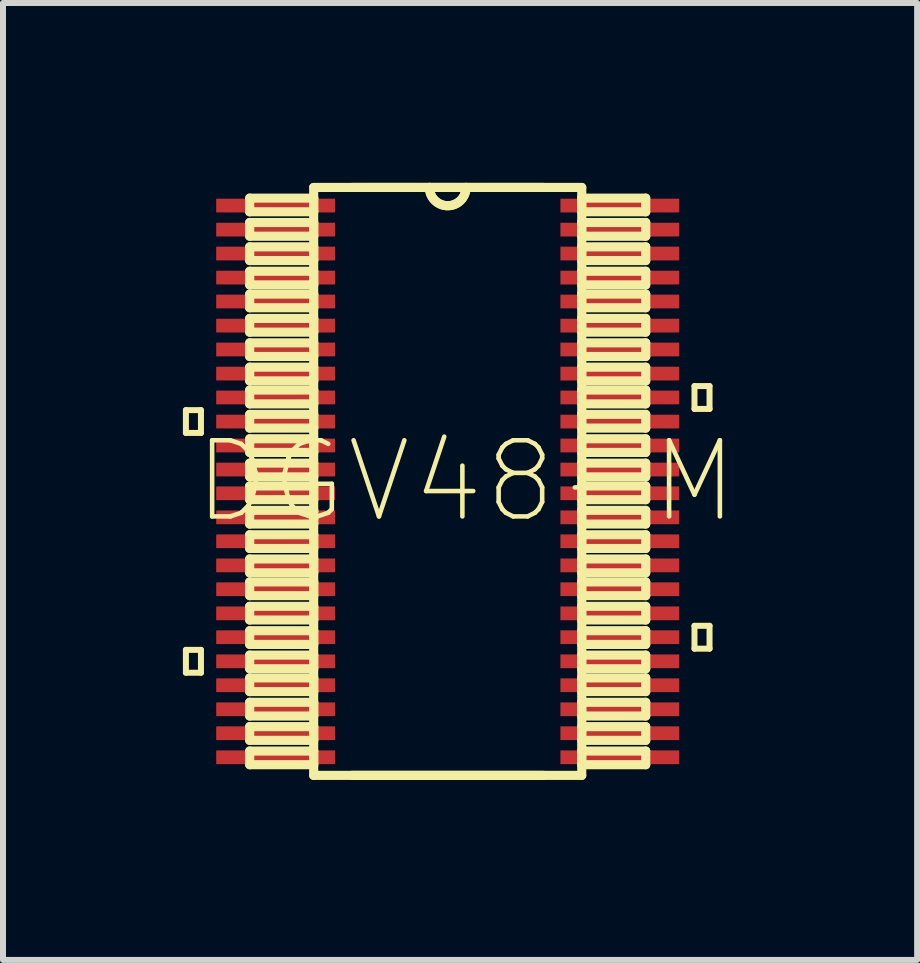
<source format=kicad_pcb>
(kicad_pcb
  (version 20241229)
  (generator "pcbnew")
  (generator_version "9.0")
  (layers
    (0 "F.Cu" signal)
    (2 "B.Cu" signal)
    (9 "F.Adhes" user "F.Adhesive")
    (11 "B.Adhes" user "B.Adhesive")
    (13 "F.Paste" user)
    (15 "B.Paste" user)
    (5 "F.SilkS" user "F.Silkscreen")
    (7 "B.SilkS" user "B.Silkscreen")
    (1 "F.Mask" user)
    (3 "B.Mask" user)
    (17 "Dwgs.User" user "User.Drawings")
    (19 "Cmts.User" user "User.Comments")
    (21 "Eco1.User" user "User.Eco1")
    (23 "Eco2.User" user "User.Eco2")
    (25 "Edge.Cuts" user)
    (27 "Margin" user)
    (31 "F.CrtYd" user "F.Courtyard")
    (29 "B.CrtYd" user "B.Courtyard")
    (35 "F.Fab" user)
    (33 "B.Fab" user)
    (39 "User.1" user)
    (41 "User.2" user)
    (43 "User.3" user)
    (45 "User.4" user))
  (footprint "DGV48-M"
    (layer "F.Cu")
    (at 4.416 4.978)
    (property "Reference" "DGV48-M" (at 0.305 0 0) (layer "F.SilkS") (effects (font (size 1.27 1.27) (thickness 0.076))))
    (attr smd)
    (fp_line (start -4.366 -1.189) (end -4.366 -0.808) (stroke (width 0.1) (type solid)) (layer "F.SilkS"))
    (fp_line (start -4.366 -0.808) (end -4.115 -0.808) (stroke (width 0.1) (type solid)) (layer "F.SilkS"))
    (fp_line (start -4.366 2.809) (end -4.366 3.19) (stroke (width 0.1) (type solid)) (layer "F.SilkS"))
    (fp_line (start -4.366 3.19) (end -4.115 3.19) (stroke (width 0.1) (type solid)) (layer "F.SilkS"))
    (fp_line (start -4.115 -1.189) (end -4.366 -1.189) (stroke (width 0.1) (type solid)) (layer "F.SilkS"))
    (fp_line (start -4.115 -0.808) (end -4.115 -1.189) (stroke (width 0.1) (type solid)) (layer "F.SilkS"))
    (fp_line (start -4.115 2.809) (end -4.366 2.809) (stroke (width 0.1) (type solid)) (layer "F.SilkS"))
    (fp_line (start -4.115 3.19) (end -4.115 2.809) (stroke (width 0.1) (type solid)) (layer "F.SilkS"))
    (fp_line (start -3.302 -4.724) (end -3.302 -4.496) (stroke (width 0.152) (type solid)) (layer "F.SilkS"))
    (fp_line (start -3.302 -4.496) (end -2.235 -4.496) (stroke (width 0.152) (type solid)) (layer "F.SilkS"))
    (fp_line (start -3.302 -4.318) (end -3.302 -4.089) (stroke (width 0.152) (type solid)) (layer "F.SilkS"))
    (fp_line (start -3.302 -4.089) (end -2.235 -4.089) (stroke (width 0.152) (type solid)) (layer "F.SilkS"))
    (fp_line (start -3.302 -3.912) (end -3.302 -3.683) (stroke (width 0.152) (type solid)) (layer "F.SilkS"))
    (fp_line (start -3.302 -3.683) (end -2.235 -3.683) (stroke (width 0.152) (type solid)) (layer "F.SilkS"))
    (fp_line (start -3.302 -3.505) (end -3.302 -3.277) (stroke (width 0.152) (type solid)) (layer "F.SilkS"))
    (fp_line (start -3.302 -3.277) (end -2.235 -3.277) (stroke (width 0.152) (type solid)) (layer "F.SilkS"))
    (fp_line (start -3.302 -3.124) (end -3.302 -2.896) (stroke (width 0.152) (type solid)) (layer "F.SilkS"))
    (fp_line (start -3.302 -2.896) (end -2.235 -2.896) (stroke (width 0.152) (type solid)) (layer "F.SilkS"))
    (fp_line (start -3.302 -2.718) (end -3.302 -2.489) (stroke (width 0.152) (type solid)) (layer "F.SilkS"))
    (fp_line (start -3.302 -2.489) (end -2.235 -2.489) (stroke (width 0.152) (type solid)) (layer "F.SilkS"))
    (fp_line (start -3.302 -2.311) (end -3.302 -2.083) (stroke (width 0.152) (type solid)) (layer "F.SilkS"))
    (fp_line (start -3.302 -2.083) (end -2.235 -2.083) (stroke (width 0.152) (type solid)) (layer "F.SilkS"))
    (fp_line (start -3.302 -1.905) (end -3.302 -1.676) (stroke (width 0.152) (type solid)) (layer "F.SilkS"))
    (fp_line (start -3.302 -1.676) (end -2.235 -1.676) (stroke (width 0.152) (type solid)) (layer "F.SilkS"))
    (fp_line (start -3.302 -1.524) (end -3.302 -1.293) (stroke (width 0.152) (type solid)) (layer "F.SilkS"))
    (fp_line (start -3.302 -1.293) (end -2.235 -1.293) (stroke (width 0.152) (type solid)) (layer "F.SilkS"))
    (fp_line (start -3.302 -1.118) (end -3.302 -0.889) (stroke (width 0.152) (type solid)) (layer "F.SilkS"))
    (fp_line (start -3.302 -0.889) (end -2.235 -0.889) (stroke (width 0.152) (type solid)) (layer "F.SilkS"))
    (fp_line (start -3.302 -0.711) (end -3.302 -0.483) (stroke (width 0.152) (type solid)) (layer "F.SilkS"))
    (fp_line (start -3.302 -0.483) (end -2.235 -0.483) (stroke (width 0.152) (type solid)) (layer "F.SilkS"))
    (fp_line (start -3.302 -0.305) (end -3.302 -0.076) (stroke (width 0.152) (type solid)) (layer "F.SilkS"))
    (fp_line (start -3.302 -0.076) (end -2.235 -0.076) (stroke (width 0.152) (type solid)) (layer "F.SilkS"))
    (fp_line (start -3.302 0.076) (end -3.302 0.305) (stroke (width 0.152) (type solid)) (layer "F.SilkS"))
    (fp_line (start -3.302 0.305) (end -2.235 0.305) (stroke (width 0.152) (type solid)) (layer "F.SilkS"))
    (fp_line (start -3.302 0.483) (end -3.302 0.711) (stroke (width 0.152) (type solid)) (layer "F.SilkS"))
    (fp_line (start -3.302 0.711) (end -2.235 0.711) (stroke (width 0.152) (type solid)) (layer "F.SilkS"))
    (fp_line (start -3.302 0.889) (end -3.302 1.118) (stroke (width 0.152) (type solid)) (layer "F.SilkS"))
    (fp_line (start -3.302 1.118) (end -2.235 1.118) (stroke (width 0.152) (type solid)) (layer "F.SilkS"))
    (fp_line (start -3.302 1.293) (end -3.302 1.524) (stroke (width 0.152) (type solid)) (layer "F.SilkS"))
    (fp_line (start -3.302 1.524) (end -2.235 1.524) (stroke (width 0.152) (type solid)) (layer "F.SilkS"))
    (fp_line (start -3.302 1.676) (end -3.302 1.905) (stroke (width 0.152) (type solid)) (layer "F.SilkS"))
    (fp_line (start -3.302 1.905) (end -2.235 1.905) (stroke (width 0.152) (type solid)) (layer "F.SilkS"))
    (fp_line (start -3.302 2.083) (end -3.302 2.311) (stroke (width 0.152) (type solid)) (layer "F.SilkS"))
    (fp_line (start -3.302 2.311) (end -2.235 2.311) (stroke (width 0.152) (type solid)) (layer "F.SilkS"))
    (fp_line (start -3.302 2.489) (end -3.302 2.718) (stroke (width 0.152) (type solid)) (layer "F.SilkS"))
    (fp_line (start -3.302 2.718) (end -2.235 2.718) (stroke (width 0.152) (type solid)) (layer "F.SilkS"))
    (fp_line (start -3.302 2.896) (end -3.302 3.124) (stroke (width 0.152) (type solid)) (layer "F.SilkS"))
    (fp_line (start -3.302 3.124) (end -2.235 3.124) (stroke (width 0.152) (type solid)) (layer "F.SilkS"))
    (fp_line (start -3.302 3.277) (end -3.302 3.505) (stroke (width 0.152) (type solid)) (layer "F.SilkS"))
    (fp_line (start -3.302 3.505) (end -2.235 3.505) (stroke (width 0.152) (type solid)) (layer "F.SilkS"))
    (fp_line (start -3.302 3.683) (end -3.302 3.912) (stroke (width 0.152) (type solid)) (layer "F.SilkS"))
    (fp_line (start -3.302 3.912) (end -2.235 3.912) (stroke (width 0.152) (type solid)) (layer "F.SilkS"))
    (fp_line (start -3.302 4.089) (end -3.302 4.318) (stroke (width 0.152) (type solid)) (layer "F.SilkS"))
    (fp_line (start -3.302 4.318) (end -2.235 4.318) (stroke (width 0.152) (type solid)) (layer "F.SilkS"))
    (fp_line (start -3.302 4.496) (end -3.302 4.724) (stroke (width 0.152) (type solid)) (layer "F.SilkS"))
    (fp_line (start -3.302 4.724) (end -2.235 4.724) (stroke (width 0.152) (type solid)) (layer "F.SilkS"))
    (fp_line (start -2.235 -4.902) (end -2.235 4.902) (stroke (width 0.152) (type solid)) (layer "F.SilkS"))
    (fp_line (start -2.235 -4.724) (end -3.302 -4.724) (stroke (width 0.152) (type solid)) (layer "F.SilkS"))
    (fp_line (start -2.235 -4.496) (end -2.235 -4.724) (stroke (width 0.152) (type solid)) (layer "F.SilkS"))
    (fp_line (start -2.235 -4.318) (end -3.302 -4.318) (stroke (width 0.152) (type solid)) (layer "F.SilkS"))
    (fp_line (start -2.235 -4.089) (end -2.235 -4.318) (stroke (width 0.152) (type solid)) (layer "F.SilkS"))
    (fp_line (start -2.235 -3.912) (end -3.302 -3.912) (stroke (width 0.152) (type solid)) (layer "F.SilkS"))
    (fp_line (start -2.235 -3.683) (end -2.235 -3.912) (stroke (width 0.152) (type solid)) (layer "F.SilkS"))
    (fp_line (start -2.235 -3.505) (end -3.302 -3.505) (stroke (width 0.152) (type solid)) (layer "F.SilkS"))
    (fp_line (start -2.235 -3.277) (end -2.235 -3.505) (stroke (width 0.152) (type solid)) (layer "F.SilkS"))
    (fp_line (start -2.235 -3.124) (end -3.302 -3.124) (stroke (width 0.152) (type solid)) (layer "F.SilkS"))
    (fp_line (start -2.235 -2.896) (end -2.235 -3.124) (stroke (width 0.152) (type solid)) (layer "F.SilkS"))
    (fp_line (start -2.235 -2.718) (end -3.302 -2.718) (stroke (width 0.152) (type solid)) (layer "F.SilkS"))
    (fp_line (start -2.235 -2.489) (end -2.235 -2.718) (stroke (width 0.152) (type solid)) (layer "F.SilkS"))
    (fp_line (start -2.235 -2.311) (end -3.302 -2.311) (stroke (width 0.152) (type solid)) (layer "F.SilkS"))
    (fp_line (start -2.235 -2.083) (end -2.235 -2.311) (stroke (width 0.152) (type solid)) (layer "F.SilkS"))
    (fp_line (start -2.235 -1.905) (end -3.302 -1.905) (stroke (width 0.152) (type solid)) (layer "F.SilkS"))
    (fp_line (start -2.235 -1.676) (end -2.235 -1.905) (stroke (width 0.152) (type solid)) (layer "F.SilkS"))
    (fp_line (start -2.235 -1.524) (end -3.302 -1.524) (stroke (width 0.152) (type solid)) (layer "F.SilkS"))
    (fp_line (start -2.235 -1.293) (end -2.235 -1.524) (stroke (width 0.152) (type solid)) (layer "F.SilkS"))
    (fp_line (start -2.235 -1.118) (end -3.302 -1.118) (stroke (width 0.152) (type solid)) (layer "F.SilkS"))
    (fp_line (start -2.235 -0.889) (end -2.235 -1.118) (stroke (width 0.152) (type solid)) (layer "F.SilkS"))
    (fp_line (start -2.235 -0.711) (end -3.302 -0.711) (stroke (width 0.152) (type solid)) (layer "F.SilkS"))
    (fp_line (start -2.235 -0.483) (end -2.235 -0.711) (stroke (width 0.152) (type solid)) (layer "F.SilkS"))
    (fp_line (start -2.235 -0.305) (end -3.302 -0.305) (stroke (width 0.152) (type solid)) (layer "F.SilkS"))
    (fp_line (start -2.235 -0.076) (end -2.235 -0.305) (stroke (width 0.152) (type solid)) (layer "F.SilkS"))
    (fp_line (start -2.235 0.076) (end -3.302 0.076) (stroke (width 0.152) (type solid)) (layer "F.SilkS"))
    (fp_line (start -2.235 0.305) (end -2.235 0.076) (stroke (width 0.152) (type solid)) (layer "F.SilkS"))
    (fp_line (start -2.235 0.483) (end -3.302 0.483) (stroke (width 0.152) (type solid)) (layer "F.SilkS"))
    (fp_line (start -2.235 0.711) (end -2.235 0.483) (stroke (width 0.152) (type solid)) (layer "F.SilkS"))
    (fp_line (start -2.235 0.889) (end -3.302 0.889) (stroke (width 0.152) (type solid)) (layer "F.SilkS"))
    (fp_line (start -2.235 1.118) (end -2.235 0.889) (stroke (width 0.152) (type solid)) (layer "F.SilkS"))
    (fp_line (start -2.235 1.293) (end -3.302 1.293) (stroke (width 0.152) (type solid)) (layer "F.SilkS"))
    (fp_line (start -2.235 1.524) (end -2.235 1.293) (stroke (width 0.152) (type solid)) (layer "F.SilkS"))
    (fp_line (start -2.235 1.676) (end -3.302 1.676) (stroke (width 0.152) (type solid)) (layer "F.SilkS"))
    (fp_line (start -2.235 1.905) (end -2.235 1.676) (stroke (width 0.152) (type solid)) (layer "F.SilkS"))
    (fp_line (start -2.235 2.083) (end -3.302 2.083) (stroke (width 0.152) (type solid)) (layer "F.SilkS"))
    (fp_line (start -2.235 2.311) (end -2.235 2.083) (stroke (width 0.152) (type solid)) (layer "F.SilkS"))
    (fp_line (start -2.235 2.489) (end -3.302 2.489) (stroke (width 0.152) (type solid)) (layer "F.SilkS"))
    (fp_line (start -2.235 2.718) (end -2.235 2.489) (stroke (width 0.152) (type solid)) (layer "F.SilkS"))
    (fp_line (start -2.235 2.896) (end -3.302 2.896) (stroke (width 0.152) (type solid)) (layer "F.SilkS"))
    (fp_line (start -2.235 3.124) (end -2.235 2.896) (stroke (width 0.152) (type solid)) (layer "F.SilkS"))
    (fp_line (start -2.235 3.277) (end -3.302 3.277) (stroke (width 0.152) (type solid)) (layer "F.SilkS"))
    (fp_line (start -2.235 3.505) (end -2.235 3.277) (stroke (width 0.152) (type solid)) (layer "F.SilkS"))
    (fp_line (start -2.235 3.683) (end -3.302 3.683) (stroke (width 0.152) (type solid)) (layer "F.SilkS"))
    (fp_line (start -2.235 3.912) (end -2.235 3.683) (stroke (width 0.152) (type solid)) (layer "F.SilkS"))
    (fp_line (start -2.235 4.089) (end -3.302 4.089) (stroke (width 0.152) (type solid)) (layer "F.SilkS"))
    (fp_line (start -2.235 4.318) (end -2.235 4.089) (stroke (width 0.152) (type solid)) (layer "F.SilkS"))
    (fp_line (start -2.235 4.496) (end -3.302 4.496) (stroke (width 0.152) (type solid)) (layer "F.SilkS"))
    (fp_line (start -2.235 4.724) (end -2.235 4.496) (stroke (width 0.152) (type solid)) (layer "F.SilkS"))
    (fp_line (start -2.235 4.902) (end 2.235 4.902) (stroke (width 0.152) (type solid)) (layer "F.SilkS"))
    (fp_line (start -1.6 4.902) (end 1.6 4.902) (stroke (width 0.152) (type solid)) (layer "F.SilkS"))
    (fp_line (start -0.305 -4.902) (end -2.235 -4.902) (stroke (width 0.152) (type solid)) (layer "F.SilkS"))
    (fp_line (start -0.305 -4.902) (end -1.6 -4.902) (stroke (width 0.152) (type solid)) (layer "F.SilkS"))
    (fp_line (start 0.305 -4.902) (end -0.305 -4.902) (stroke (width 0.152) (type solid)) (layer "F.SilkS"))
    (fp_line (start 0.305 -4.902) (end -0.305 -4.902) (stroke (width 0.152) (type solid)) (layer "F.SilkS"))
    (fp_line (start 1.6 -4.902) (end 0.305 -4.902) (stroke (width 0.152) (type solid)) (layer "F.SilkS"))
    (fp_line (start 2.235 -4.902) (end 0.305 -4.902) (stroke (width 0.152) (type solid)) (layer "F.SilkS"))
    (fp_line (start 2.235 -4.724) (end 2.235 -4.496) (stroke (width 0.152) (type solid)) (layer "F.SilkS"))
    (fp_line (start 2.235 -4.496) (end 3.302 -4.496) (stroke (width 0.152) (type solid)) (layer "F.SilkS"))
    (fp_line (start 2.235 -4.318) (end 2.235 -4.089) (stroke (width 0.152) (type solid)) (layer "F.SilkS"))
    (fp_line (start 2.235 -4.089) (end 3.302 -4.089) (stroke (width 0.152) (type solid)) (layer "F.SilkS"))
    (fp_line (start 2.235 -3.912) (end 2.235 -3.683) (stroke (width 0.152) (type solid)) (layer "F.SilkS"))
    (fp_line (start 2.235 -3.683) (end 3.302 -3.683) (stroke (width 0.152) (type solid)) (layer "F.SilkS"))
    (fp_line (start 2.235 -3.505) (end 2.235 -3.277) (stroke (width 0.152) (type solid)) (layer "F.SilkS"))
    (fp_line (start 2.235 -3.277) (end 3.302 -3.277) (stroke (width 0.152) (type solid)) (layer "F.SilkS"))
    (fp_line (start 2.235 -3.124) (end 2.235 -2.896) (stroke (width 0.152) (type solid)) (layer "F.SilkS"))
    (fp_line (start 2.235 -2.896) (end 3.302 -2.896) (stroke (width 0.152) (type solid)) (layer "F.SilkS"))
    (fp_line (start 2.235 -2.718) (end 2.235 -2.489) (stroke (width 0.152) (type solid)) (layer "F.SilkS"))
    (fp_line (start 2.235 -2.489) (end 3.302 -2.489) (stroke (width 0.152) (type solid)) (layer "F.SilkS"))
    (fp_line (start 2.235 -2.311) (end 2.235 -2.083) (stroke (width 0.152) (type solid)) (layer "F.SilkS"))
    (fp_line (start 2.235 -2.083) (end 3.302 -2.083) (stroke (width 0.152) (type solid)) (layer "F.SilkS"))
    (fp_line (start 2.235 -1.905) (end 2.235 -1.676) (stroke (width 0.152) (type solid)) (layer "F.SilkS"))
    (fp_line (start 2.235 -1.676) (end 3.302 -1.676) (stroke (width 0.152) (type solid)) (layer "F.SilkS"))
    (fp_line (start 2.235 -1.524) (end 2.235 -1.293) (stroke (width 0.152) (type solid)) (layer "F.SilkS"))
    (fp_line (start 2.235 -1.293) (end 3.302 -1.293) (stroke (width 0.152) (type solid)) (layer "F.SilkS"))
    (fp_line (start 2.235 -1.118) (end 2.235 -0.889) (stroke (width 0.152) (type solid)) (layer "F.SilkS"))
    (fp_line (start 2.235 -0.889) (end 3.302 -0.889) (stroke (width 0.152) (type solid)) (layer "F.SilkS"))
    (fp_line (start 2.235 -0.711) (end 2.235 -0.483) (stroke (width 0.152) (type solid)) (layer "F.SilkS"))
    (fp_line (start 2.235 -0.483) (end 3.302 -0.483) (stroke (width 0.152) (type solid)) (layer "F.SilkS"))
    (fp_line (start 2.235 -0.305) (end 2.235 -0.076) (stroke (width 0.152) (type solid)) (layer "F.SilkS"))
    (fp_line (start 2.235 -0.076) (end 3.302 -0.076) (stroke (width 0.152) (type solid)) (layer "F.SilkS"))
    (fp_line (start 2.235 0.076) (end 2.235 0.305) (stroke (width 0.152) (type solid)) (layer "F.SilkS"))
    (fp_line (start 2.235 0.305) (end 3.302 0.305) (stroke (width 0.152) (type solid)) (layer "F.SilkS"))
    (fp_line (start 2.235 0.483) (end 2.235 0.711) (stroke (width 0.152) (type solid)) (layer "F.SilkS"))
    (fp_line (start 2.235 0.711) (end 3.302 0.711) (stroke (width 0.152) (type solid)) (layer "F.SilkS"))
    (fp_line (start 2.235 0.889) (end 2.235 1.118) (stroke (width 0.152) (type solid)) (layer "F.SilkS"))
    (fp_line (start 2.235 1.118) (end 3.302 1.118) (stroke (width 0.152) (type solid)) (layer "F.SilkS"))
    (fp_line (start 2.235 1.293) (end 2.235 1.524) (stroke (width 0.152) (type solid)) (layer "F.SilkS"))
    (fp_line (start 2.235 1.524) (end 3.302 1.524) (stroke (width 0.152) (type solid)) (layer "F.SilkS"))
    (fp_line (start 2.235 1.676) (end 2.235 1.905) (stroke (width 0.152) (type solid)) (layer "F.SilkS"))
    (fp_line (start 2.235 1.905) (end 3.302 1.905) (stroke (width 0.152) (type solid)) (layer "F.SilkS"))
    (fp_line (start 2.235 2.083) (end 2.235 2.311) (stroke (width 0.152) (type solid)) (layer "F.SilkS"))
    (fp_line (start 2.235 2.311) (end 3.302 2.311) (stroke (width 0.152) (type solid)) (layer "F.SilkS"))
    (fp_line (start 2.235 2.489) (end 2.235 2.718) (stroke (width 0.152) (type solid)) (layer "F.SilkS"))
    (fp_line (start 2.235 2.718) (end 3.302 2.718) (stroke (width 0.152) (type solid)) (layer "F.SilkS"))
    (fp_line (start 2.235 2.896) (end 2.235 3.124) (stroke (width 0.152) (type solid)) (layer "F.SilkS"))
    (fp_line (start 2.235 3.124) (end 3.302 3.124) (stroke (width 0.152) (type solid)) (layer "F.SilkS"))
    (fp_line (start 2.235 3.277) (end 2.235 3.505) (stroke (width 0.152) (type solid)) (layer "F.SilkS"))
    (fp_line (start 2.235 3.505) (end 3.302 3.505) (stroke (width 0.152) (type solid)) (layer "F.SilkS"))
    (fp_line (start 2.235 3.683) (end 2.235 3.912) (stroke (width 0.152) (type solid)) (layer "F.SilkS"))
    (fp_line (start 2.235 3.912) (end 3.302 3.912) (stroke (width 0.152) (type solid)) (layer "F.SilkS"))
    (fp_line (start 2.235 4.089) (end 2.235 4.318) (stroke (width 0.152) (type solid)) (layer "F.SilkS"))
    (fp_line (start 2.235 4.318) (end 3.302 4.318) (stroke (width 0.152) (type solid)) (layer "F.SilkS"))
    (fp_line (start 2.235 4.496) (end 2.235 4.724) (stroke (width 0.152) (type solid)) (layer "F.SilkS"))
    (fp_line (start 2.235 4.724) (end 3.302 4.724) (stroke (width 0.152) (type solid)) (layer "F.SilkS"))
    (fp_line (start 2.235 4.902) (end 2.235 -4.902) (stroke (width 0.152) (type solid)) (layer "F.SilkS"))
    (fp_line (start 3.302 -4.724) (end 2.235 -4.724) (stroke (width 0.152) (type solid)) (layer "F.SilkS"))
    (fp_line (start 3.302 -4.496) (end 3.302 -4.724) (stroke (width 0.152) (type solid)) (layer "F.SilkS"))
    (fp_line (start 3.302 -4.318) (end 2.235 -4.318) (stroke (width 0.152) (type solid)) (layer "F.SilkS"))
    (fp_line (start 3.302 -4.089) (end 3.302 -4.318) (stroke (width 0.152) (type solid)) (layer "F.SilkS"))
    (fp_line (start 3.302 -3.912) (end 2.235 -3.912) (stroke (width 0.152) (type solid)) (layer "F.SilkS"))
    (fp_line (start 3.302 -3.683) (end 3.302 -3.912) (stroke (width 0.152) (type solid)) (layer "F.SilkS"))
    (fp_line (start 3.302 -3.505) (end 2.235 -3.505) (stroke (width 0.152) (type solid)) (layer "F.SilkS"))
    (fp_line (start 3.302 -3.277) (end 3.302 -3.505) (stroke (width 0.152) (type solid)) (layer "F.SilkS"))
    (fp_line (start 3.302 -3.124) (end 2.235 -3.124) (stroke (width 0.152) (type solid)) (layer "F.SilkS"))
    (fp_line (start 3.302 -2.896) (end 3.302 -3.124) (stroke (width 0.152) (type solid)) (layer "F.SilkS"))
    (fp_line (start 3.302 -2.718) (end 2.235 -2.718) (stroke (width 0.152) (type solid)) (layer "F.SilkS"))
    (fp_line (start 3.302 -2.489) (end 3.302 -2.718) (stroke (width 0.152) (type solid)) (layer "F.SilkS"))
    (fp_line (start 3.302 -2.311) (end 2.235 -2.311) (stroke (width 0.152) (type solid)) (layer "F.SilkS"))
    (fp_line (start 3.302 -2.083) (end 3.302 -2.311) (stroke (width 0.152) (type solid)) (layer "F.SilkS"))
    (fp_line (start 3.302 -1.905) (end 2.235 -1.905) (stroke (width 0.152) (type solid)) (layer "F.SilkS"))
    (fp_line (start 3.302 -1.676) (end 3.302 -1.905) (stroke (width 0.152) (type solid)) (layer "F.SilkS"))
    (fp_line (start 3.302 -1.524) (end 2.235 -1.524) (stroke (width 0.152) (type solid)) (layer "F.SilkS"))
    (fp_line (start 3.302 -1.293) (end 3.302 -1.524) (stroke (width 0.152) (type solid)) (layer "F.SilkS"))
    (fp_line (start 3.302 -1.118) (end 2.235 -1.118) (stroke (width 0.152) (type solid)) (layer "F.SilkS"))
    (fp_line (start 3.302 -0.889) (end 3.302 -1.118) (stroke (width 0.152) (type solid)) (layer "F.SilkS"))
    (fp_line (start 3.302 -0.711) (end 2.235 -0.711) (stroke (width 0.152) (type solid)) (layer "F.SilkS"))
    (fp_line (start 3.302 -0.483) (end 3.302 -0.711) (stroke (width 0.152) (type solid)) (layer "F.SilkS"))
    (fp_line (start 3.302 -0.305) (end 2.235 -0.305) (stroke (width 0.152) (type solid)) (layer "F.SilkS"))
    (fp_line (start 3.302 -0.076) (end 3.302 -0.305) (stroke (width 0.152) (type solid)) (layer "F.SilkS"))
    (fp_line (start 3.302 0.076) (end 2.235 0.076) (stroke (width 0.152) (type solid)) (layer "F.SilkS"))
    (fp_line (start 3.302 0.305) (end 3.302 0.076) (stroke (width 0.152) (type solid)) (layer "F.SilkS"))
    (fp_line (start 3.302 0.483) (end 2.235 0.483) (stroke (width 0.152) (type solid)) (layer "F.SilkS"))
    (fp_line (start 3.302 0.711) (end 3.302 0.483) (stroke (width 0.152) (type solid)) (layer "F.SilkS"))
    (fp_line (start 3.302 0.889) (end 2.235 0.889) (stroke (width 0.152) (type solid)) (layer "F.SilkS"))
    (fp_line (start 3.302 1.118) (end 3.302 0.889) (stroke (width 0.152) (type solid)) (layer "F.SilkS"))
    (fp_line (start 3.302 1.293) (end 2.235 1.293) (stroke (width 0.152) (type solid)) (layer "F.SilkS"))
    (fp_line (start 3.302 1.524) (end 3.302 1.293) (stroke (width 0.152) (type solid)) (layer "F.SilkS"))
    (fp_line (start 3.302 1.676) (end 2.235 1.676) (stroke (width 0.152) (type solid)) (layer "F.SilkS"))
    (fp_line (start 3.302 1.905) (end 3.302 1.676) (stroke (width 0.152) (type solid)) (layer "F.SilkS"))
    (fp_line (start 3.302 2.083) (end 2.235 2.083) (stroke (width 0.152) (type solid)) (layer "F.SilkS"))
    (fp_line (start 3.302 2.311) (end 3.302 2.083) (stroke (width 0.152) (type solid)) (layer "F.SilkS"))
    (fp_line (start 3.302 2.489) (end 2.235 2.489) (stroke (width 0.152) (type solid)) (layer "F.SilkS"))
    (fp_line (start 3.302 2.718) (end 3.302 2.489) (stroke (width 0.152) (type solid)) (layer "F.SilkS"))
    (fp_line (start 3.302 2.896) (end 2.235 2.896) (stroke (width 0.152) (type solid)) (layer "F.SilkS"))
    (fp_line (start 3.302 3.124) (end 3.302 2.896) (stroke (width 0.152) (type solid)) (layer "F.SilkS"))
    (fp_line (start 3.302 3.277) (end 2.235 3.277) (stroke (width 0.152) (type solid)) (layer "F.SilkS"))
    (fp_line (start 3.302 3.505) (end 3.302 3.277) (stroke (width 0.152) (type solid)) (layer "F.SilkS"))
    (fp_line (start 3.302 3.683) (end 2.235 3.683) (stroke (width 0.152) (type solid)) (layer "F.SilkS"))
    (fp_line (start 3.302 3.912) (end 3.302 3.683) (stroke (width 0.152) (type solid)) (layer "F.SilkS"))
    (fp_line (start 3.302 4.089) (end 2.235 4.089) (stroke (width 0.152) (type solid)) (layer "F.SilkS"))
    (fp_line (start 3.302 4.318) (end 3.302 4.089) (stroke (width 0.152) (type solid)) (layer "F.SilkS"))
    (fp_line (start 3.302 4.496) (end 2.235 4.496) (stroke (width 0.152) (type solid)) (layer "F.SilkS"))
    (fp_line (start 3.302 4.724) (end 3.302 4.496) (stroke (width 0.152) (type solid)) (layer "F.SilkS"))
    (fp_line (start 4.115 -1.59) (end 4.366 -1.59) (stroke (width 0.1) (type solid)) (layer "F.SilkS"))
    (fp_line (start 4.115 -1.209) (end 4.115 -1.59) (stroke (width 0.1) (type solid)) (layer "F.SilkS"))
    (fp_line (start 4.115 2.408) (end 4.366 2.408) (stroke (width 0.1) (type solid)) (layer "F.SilkS"))
    (fp_line (start 4.115 2.789) (end 4.115 2.408) (stroke (width 0.1) (type solid)) (layer "F.SilkS"))
    (fp_line (start 4.366 -1.59) (end 4.366 -1.209) (stroke (width 0.1) (type solid)) (layer "F.SilkS"))
    (fp_line (start 4.366 -1.209) (end 4.115 -1.209) (stroke (width 0.1) (type solid)) (layer "F.SilkS"))
    (fp_line (start 4.366 2.408) (end 4.366 2.789) (stroke (width 0.1) (type solid)) (layer "F.SilkS"))
    (fp_line (start 4.366 2.789) (end 4.115 2.789) (stroke (width 0.1) (type solid)) (layer "F.SilkS"))
    (fp_arc (start 0.3048 -4.9022) (mid 0 -4.5974) (end -0.3048 -4.9022) (stroke (width 0.1524) (type solid)) (layer "F.SilkS"))
    (fp_arc (start 0.3048 -4.9022) (mid 0 -4.5974) (end -0.3048 -4.9022) (stroke (width 0.1524) (type solid)) (layer "F.SilkS"))
    (pad "1" smd rect (at -2.87 -4.6) (size 1.981 0.229) (layers "F.Cu" "F.Mask" "F.Paste"))
    (pad "2" smd rect (at -2.87 -4.199) (size 1.981 0.229) (layers "F.Cu" "F.Mask" "F.Paste"))
    (pad "3" smd rect (at -2.87 -3.8) (size 1.981 0.229) (layers "F.Cu" "F.Mask" "F.Paste"))
    (pad "4" smd rect (at -2.87 -3.399) (size 1.981 0.229) (layers "F.Cu" "F.Mask" "F.Paste"))
    (pad "5" smd rect (at -2.87 -3) (size 1.981 0.229) (layers "F.Cu" "F.Mask" "F.Paste"))
    (pad "6" smd rect (at -2.87 -2.598) (size 1.981 0.229) (layers "F.Cu" "F.Mask" "F.Paste"))
    (pad "7" smd rect (at -2.87 -2.2) (size 1.981 0.229) (layers "F.Cu" "F.Mask" "F.Paste"))
    (pad "8" smd rect (at -2.87 -1.798) (size 1.981 0.229) (layers "F.Cu" "F.Mask" "F.Paste"))
    (pad "9" smd rect (at -2.87 -1.4) (size 1.981 0.229) (layers "F.Cu" "F.Mask" "F.Paste"))
    (pad "10" smd rect (at -2.87 -0.998) (size 1.981 0.229) (layers "F.Cu" "F.Mask" "F.Paste"))
    (pad "11" smd rect (at -2.87 -0.599) (size 1.981 0.229) (layers "F.Cu" "F.Mask" "F.Paste"))
    (pad "12" smd rect (at -2.87 -0.198) (size 1.981 0.229) (layers "F.Cu" "F.Mask" "F.Paste"))
    (pad "13" smd rect (at -2.87 0.198) (size 1.981 0.229) (layers "F.Cu" "F.Mask" "F.Paste"))
    (pad "14" smd rect (at -2.87 0.599) (size 1.981 0.229) (layers "F.Cu" "F.Mask" "F.Paste"))
    (pad "15" smd rect (at -2.87 0.998) (size 1.981 0.229) (layers "F.Cu" "F.Mask" "F.Paste"))
    (pad "16" smd rect (at -2.87 1.4) (size 1.981 0.229) (layers "F.Cu" "F.Mask" "F.Paste"))
    (pad "17" smd rect (at -2.87 1.798) (size 1.981 0.229) (layers "F.Cu" "F.Mask" "F.Paste"))
    (pad "18" smd rect (at -2.87 2.2) (size 1.981 0.229) (layers "F.Cu" "F.Mask" "F.Paste"))
    (pad "19" smd rect (at -2.87 2.598) (size 1.981 0.229) (layers "F.Cu" "F.Mask" "F.Paste"))
    (pad "20" smd rect (at -2.87 3) (size 1.981 0.229) (layers "F.Cu" "F.Mask" "F.Paste"))
    (pad "21" smd rect (at -2.87 3.399) (size 1.981 0.229) (layers "F.Cu" "F.Mask" "F.Paste"))
    (pad "22" smd rect (at -2.87 3.8) (size 1.981 0.229) (layers "F.Cu" "F.Mask" "F.Paste"))
    (pad "23" smd rect (at -2.87 4.199) (size 1.981 0.229) (layers "F.Cu" "F.Mask" "F.Paste"))
    (pad "24" smd rect (at -2.87 4.6) (size 1.981 0.229) (layers "F.Cu" "F.Mask" "F.Paste"))
    (pad "25" smd rect (at 2.87 4.6) (size 1.981 0.229) (layers "F.Cu" "F.Mask" "F.Paste"))
    (pad "26" smd rect (at 2.87 4.199) (size 1.981 0.229) (layers "F.Cu" "F.Mask" "F.Paste"))
    (pad "27" smd rect (at 2.87 3.8) (size 1.981 0.229) (layers "F.Cu" "F.Mask" "F.Paste"))
    (pad "28" smd rect (at 2.87 3.399) (size 1.981 0.229) (layers "F.Cu" "F.Mask" "F.Paste"))
    (pad "29" smd rect (at 2.87 3) (size 1.981 0.229) (layers "F.Cu" "F.Mask" "F.Paste"))
    (pad "30" smd rect (at 2.87 2.598) (size 1.981 0.229) (layers "F.Cu" "F.Mask" "F.Paste"))
    (pad "31" smd rect (at 2.87 2.2) (size 1.981 0.229) (layers "F.Cu" "F.Mask" "F.Paste"))
    (pad "32" smd rect (at 2.87 1.798) (size 1.981 0.229) (layers "F.Cu" "F.Mask" "F.Paste"))
    (pad "33" smd rect (at 2.87 1.4) (size 1.981 0.229) (layers "F.Cu" "F.Mask" "F.Paste"))
    (pad "34" smd rect (at 2.87 0.998) (size 1.981 0.229) (layers "F.Cu" "F.Mask" "F.Paste"))
    (pad "35" smd rect (at 2.87 0.599) (size 1.981 0.229) (layers "F.Cu" "F.Mask" "F.Paste"))
    (pad "36" smd rect (at 2.87 0.198) (size 1.981 0.229) (layers "F.Cu" "F.Mask" "F.Paste"))
    (pad "37" smd rect (at 2.87 -0.198) (size 1.981 0.229) (layers "F.Cu" "F.Mask" "F.Paste"))
    (pad "38" smd rect (at 2.87 -0.599) (size 1.981 0.229) (layers "F.Cu" "F.Mask" "F.Paste"))
    (pad "39" smd rect (at 2.87 -0.998) (size 1.981 0.229) (layers "F.Cu" "F.Mask" "F.Paste"))
    (pad "40" smd rect (at 2.87 -1.4) (size 1.981 0.229) (layers "F.Cu" "F.Mask" "F.Paste"))
    (pad "41" smd rect (at 2.87 -1.798) (size 1.981 0.229) (layers "F.Cu" "F.Mask" "F.Paste"))
    (pad "42" smd rect (at 2.87 -2.2) (size 1.981 0.229) (layers "F.Cu" "F.Mask" "F.Paste"))
    (pad "43" smd rect (at 2.87 -2.598) (size 1.981 0.229) (layers "F.Cu" "F.Mask" "F.Paste"))
    (pad "44" smd rect (at 2.87 -3) (size 1.981 0.229) (layers "F.Cu" "F.Mask" "F.Paste"))
    (pad "45" smd rect (at 2.87 -3.399) (size 1.981 0.229) (layers "F.Cu" "F.Mask" "F.Paste"))
    (pad "46" smd rect (at 2.87 -3.8) (size 1.981 0.229) (layers "F.Cu" "F.Mask" "F.Paste"))
    (pad "47" smd rect (at 2.87 -4.199) (size 1.981 0.229) (layers "F.Cu" "F.Mask" "F.Paste"))
    (pad "48" smd rect (at 2.87 -4.6) (size 1.981 0.229) (layers "F.Cu" "F.Mask" "F.Paste")))
  (gr_rect
    (start -3 -3)
    (end 12.244 12.957)
    (stroke (width 0.1) (type default))
    (fill no)
    (layer "Edge.Cuts")))
</source>
